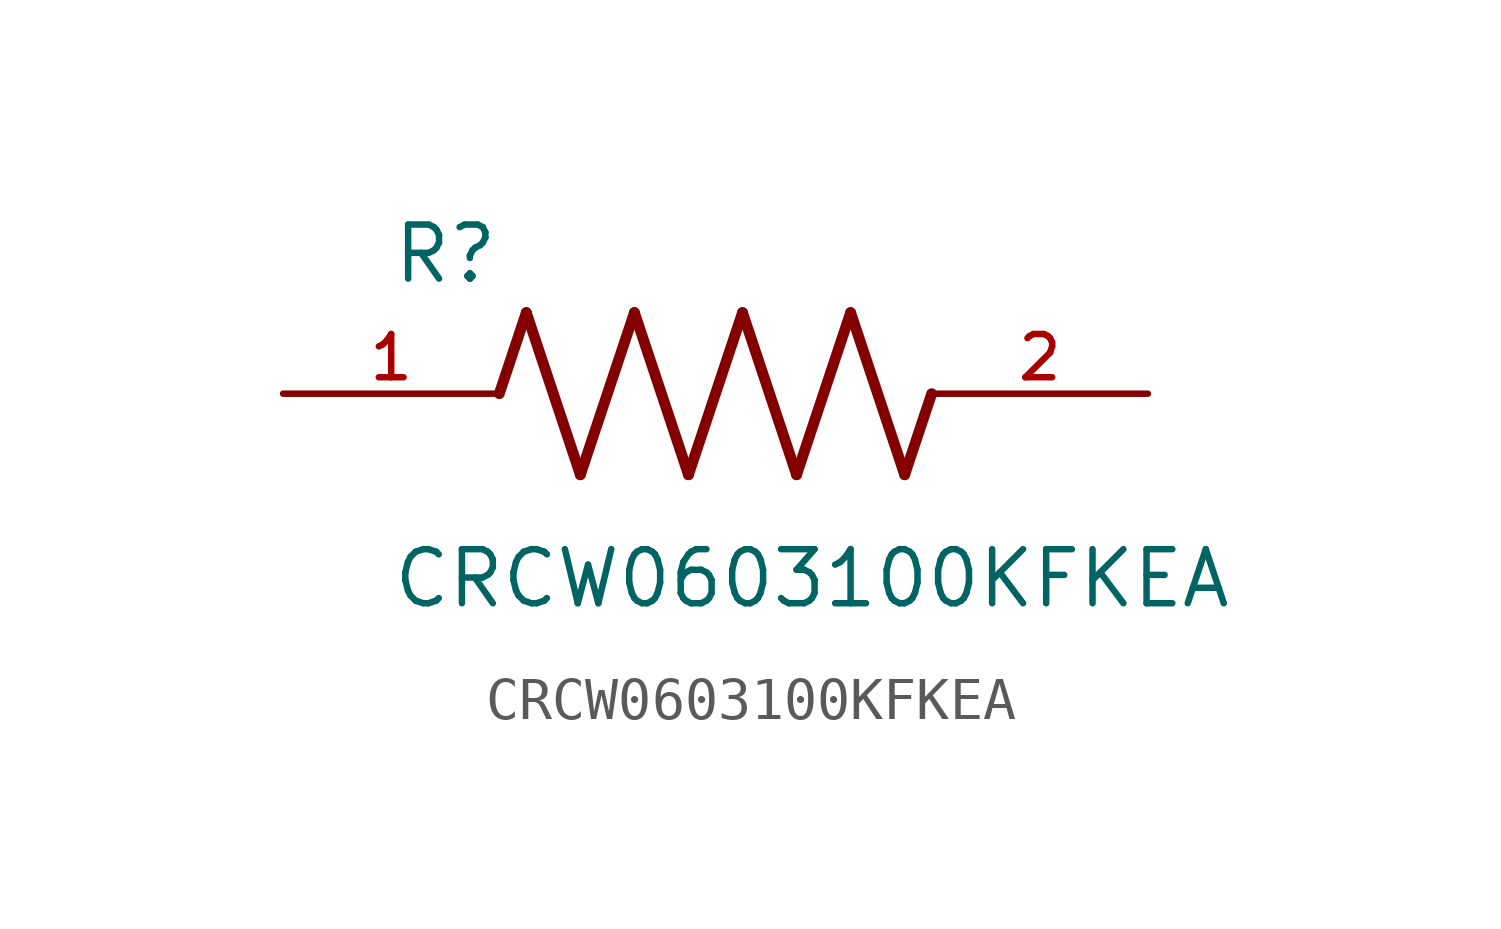
<source format=kicad_sym>
(kicad_symbol_lib
  (version 20211014)
  (generator kicad_symbol_editor)
  (symbol "CRCW0603100KFKEA"
    (pin_names
      (offset 1.016))
    (property "Reference" "R"
      (at -7.624 2.541 0)
      (effects (font (size 1.27 1.27)) (justify bottom left)))
    (property "Value" "CRCW0603100KFKEA"
      (at -7.63 -5.087 0)
      (effects (font (size 1.27 1.27)) (justify bottom left)))
    (symbol "CRCW0603100KFKEA_0_0"
      (polyline (pts (xy -5.08 0.0) (xy -4.445 1.905)) (stroke (width 0.254)))
      (polyline (pts (xy -4.445 1.905) (xy -3.175 -1.905)) (stroke (width 0.254)))
      (polyline (pts (xy -3.175 -1.905) (xy -1.905 1.905)) (stroke (width 0.254)))
      (polyline (pts (xy -1.905 1.905) (xy -0.635 -1.905)) (stroke (width 0.254)))
      (polyline (pts (xy -0.635 -1.905) (xy 0.635 1.905)) (stroke (width 0.254)))
      (polyline (pts (xy 0.635 1.905) (xy 1.905 -1.905)) (stroke (width 0.254)))
      (polyline (pts (xy 1.905 -1.905) (xy 3.175 1.905)) (stroke (width 0.254)))
      (polyline (pts (xy 3.175 1.905) (xy 4.445 -1.905)) (stroke (width 0.254)))
      (polyline (pts (xy 4.445 -1.905) (xy 5.08 0.0)) (stroke (width 0.254)))
      (pin passive line (at -10.16 0.0 0) (length 5.08) (name "~" (effects (font (size 1.016 1.016)))) (number "1" (effects (font (size 1.016 1.016)))))
      (pin passive line (at 10.16 0.0 180.0) (length 5.08) (name "~" (effects (font (size 1.016 1.016)))) (number "2" (effects (font (size 1.016 1.016))))))))
</source>
